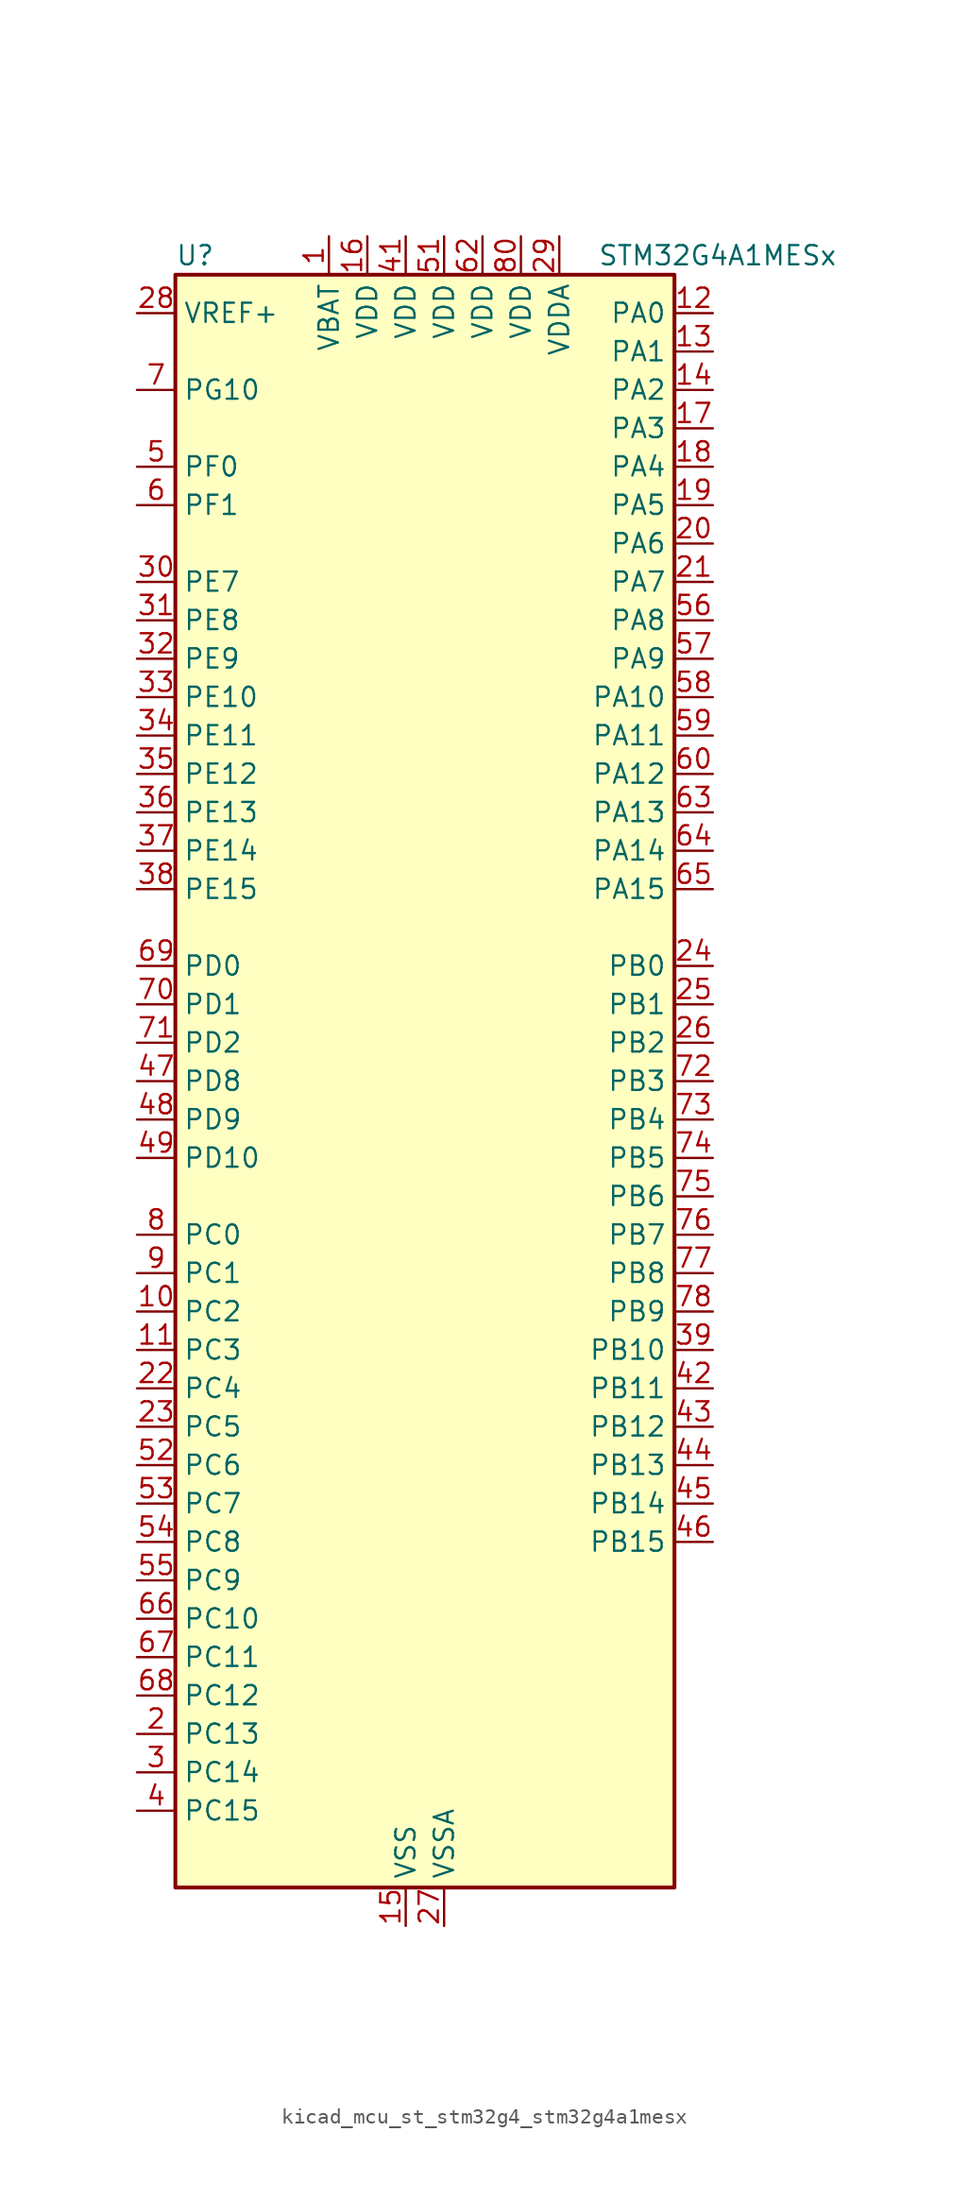
<source format=kicad_sym>
(kicad_symbol_lib
  (version 20220914)
  (generator kicad_symbol_editor)
  (symbol "kicad_mcu_st_stm32g4_stm32g4a1mesx"
    (property "Reference" "U"
      (at -15.24 54.61 0)
      (effects (font (size 1.27 1.27)) (justify left)))
    (property "Value" "STM32G4A1MESx"
      (at 12.7 54.61 0)
      (effects (font (size 1.27 1.27)) (justify left)))
    (property "ki_locked" ""
      (at 0 0 0)
      (effects (font (size 1.27 1.27))))
    (symbol "kicad_mcu_st_stm32g4_stm32g4a1mesx_0_1"
      (rectangle (start -15.24 -53.34) (end 17.78 53.34) (stroke (width 0.254) (type default)) (fill (type background))))
    (symbol "kicad_mcu_st_stm32g4_stm32g4a1mesx_1_1"
      (pin power_in line (at -5.08 55.88 270) (length 2.54) (name "VBAT" (effects (font (size 1.27 1.27)))) (number "1" (effects (font (size 1.27 1.27)))))
      (pin bidirectional line (at -17.78 -15.24 0) (length 2.54) (name "PC2" (effects (font (size 1.27 1.27)))) (number "10" (effects (font (size 1.27 1.27)))) (alternate "ADC1_IN8" bidirectional line) (alternate "ADC2_IN8" bidirectional line) (alternate "ADC3_EXTI2" bidirectional line) (alternate "COMP3_OUT" bidirectional line) (alternate "LPTIM1_IN2" bidirectional line) (alternate "QUADSPI1_BK2_IO1" bidirectional line) (alternate "TIM1_CH3" bidirectional line) (alternate "TIM20_CH2" bidirectional line))
      (pin bidirectional line (at -17.78 -17.78 0) (length 2.54) (name "PC3" (effects (font (size 1.27 1.27)))) (number "11" (effects (font (size 1.27 1.27)))) (alternate "ADC1_IN9" bidirectional line) (alternate "ADC2_IN9" bidirectional line) (alternate "ADC3_EXTI3" bidirectional line) (alternate "LPTIM1_ETR" bidirectional line) (alternate "QUADSPI1_BK2_IO2" bidirectional line) (alternate "SAI1_D1" bidirectional line) (alternate "SAI1_SD_A" bidirectional line) (alternate "TIM1_BKIN2" bidirectional line) (alternate "TIM1_CH4" bidirectional line))
      (pin bidirectional line (at 20.32 50.8 180) (length 2.54) (name "PA0" (effects (font (size 1.27 1.27)))) (number "12" (effects (font (size 1.27 1.27)))) (alternate "ADC1_IN1" bidirectional line) (alternate "ADC2_IN1" bidirectional line) (alternate "COMP1_INM" bidirectional line) (alternate "COMP1_OUT" bidirectional line) (alternate "COMP3_INP" bidirectional line) (alternate "RTC_TAMP2" bidirectional line) (alternate "SYS_WKUP1" bidirectional line) (alternate "TIM2_CH1" bidirectional line) (alternate "TIM2_ETR" bidirectional line) (alternate "TIM8_BKIN" bidirectional line) (alternate "TIM8_ETR" bidirectional line) (alternate "USART2_CTS" bidirectional line) (alternate "USART2_NSS" bidirectional line))
      (pin bidirectional line (at 20.32 48.26 180) (length 2.54) (name "PA1" (effects (font (size 1.27 1.27)))) (number "13" (effects (font (size 1.27 1.27)))) (alternate "ADC1_IN2" bidirectional line) (alternate "ADC2_IN2" bidirectional line) (alternate "COMP1_INP" bidirectional line) (alternate "OPAMP1_VINP" bidirectional line) (alternate "OPAMP1_VINP_SEC" bidirectional line) (alternate "OPAMP3_VINP" bidirectional line) (alternate "OPAMP3_VINP_SEC" bidirectional line) (alternate "OPAMP6_VINM" bidirectional line) (alternate "OPAMP6_VINM0" bidirectional line) (alternate "OPAMP6_VINM_SEC" bidirectional line) (alternate "RTC_REFIN" bidirectional line) (alternate "TIM15_CH1N" bidirectional line) (alternate "TIM2_CH2" bidirectional line) (alternate "USART2_DE" bidirectional line) (alternate "USART2_RTS" bidirectional line))
      (pin bidirectional line (at 20.32 45.72 180) (length 2.54) (name "PA2" (effects (font (size 1.27 1.27)))) (number "14" (effects (font (size 1.27 1.27)))) (alternate "ADC1_IN3" bidirectional line) (alternate "ADC3_EXTI2" bidirectional line) (alternate "COMP2_INM" bidirectional line) (alternate "COMP2_OUT" bidirectional line) (alternate "LPUART1_TX" bidirectional line) (alternate "OPAMP1_VOUT" bidirectional line) (alternate "QUADSPI1_BK1_NCS" bidirectional line) (alternate "RCC_LSCO" bidirectional line) (alternate "SYS_WKUP4" bidirectional line) (alternate "TIM15_CH1" bidirectional line) (alternate "TIM2_CH3" bidirectional line) (alternate "UCPD1_FRSTX1" bidirectional line) (alternate "UCPD1_FRSTX2" bidirectional line) (alternate "USART2_TX" bidirectional line))
      (pin power_in line (at 0 -55.88 90) (length 2.54) (name "VSS" (effects (font (size 1.27 1.27)))) (number "15" (effects (font (size 1.27 1.27)))))
      (pin power_in line (at -2.54 55.88 270) (length 2.54) (name "VDD" (effects (font (size 1.27 1.27)))) (number "16" (effects (font (size 1.27 1.27)))))
      (pin bidirectional line (at 20.32 43.18 180) (length 2.54) (name "PA3" (effects (font (size 1.27 1.27)))) (number "17" (effects (font (size 1.27 1.27)))) (alternate "ADC1_IN4" bidirectional line) (alternate "ADC3_EXTI3" bidirectional line) (alternate "COMP2_INP" bidirectional line) (alternate "LPUART1_RX" bidirectional line) (alternate "OPAMP1_VINM" bidirectional line) (alternate "OPAMP1_VINM0" bidirectional line) (alternate "OPAMP1_VINM_SEC" bidirectional line) (alternate "OPAMP1_VINP" bidirectional line) (alternate "OPAMP1_VINP_SEC" bidirectional line) (alternate "QUADSPI1_CLK" bidirectional line) (alternate "SAI1_CK1" bidirectional line) (alternate "SAI1_MCLK_A" bidirectional line) (alternate "TIM15_CH2" bidirectional line) (alternate "TIM2_CH4" bidirectional line) (alternate "USART2_RX" bidirectional line))
      (pin bidirectional line (at 20.32 40.64 180) (length 2.54) (name "PA4" (effects (font (size 1.27 1.27)))) (number "18" (effects (font (size 1.27 1.27)))) (alternate "ADC2_IN17" bidirectional line) (alternate "COMP1_INM" bidirectional line) (alternate "DAC1_OUT1" bidirectional line) (alternate "I2S3_WS" bidirectional line) (alternate "SAI1_FS_B" bidirectional line) (alternate "SPI1_NSS" bidirectional line) (alternate "SPI3_NSS" bidirectional line) (alternate "TIM3_CH2" bidirectional line) (alternate "USART2_CK" bidirectional line))
      (pin bidirectional line (at 20.32 38.1 180) (length 2.54) (name "PA5" (effects (font (size 1.27 1.27)))) (number "19" (effects (font (size 1.27 1.27)))) (alternate "ADC2_IN13" bidirectional line) (alternate "COMP2_INM" bidirectional line) (alternate "DAC1_OUT2" bidirectional line) (alternate "OPAMP2_VINM" bidirectional line) (alternate "OPAMP2_VINM0" bidirectional line) (alternate "OPAMP2_VINM_SEC" bidirectional line) (alternate "SPI1_SCK" bidirectional line) (alternate "TIM2_CH1" bidirectional line) (alternate "TIM2_ETR" bidirectional line) (alternate "UCPD1_FRSTX1" bidirectional line) (alternate "UCPD1_FRSTX2" bidirectional line))
      (pin bidirectional line (at -17.78 -43.18 0) (length 2.54) (name "PC13" (effects (font (size 1.27 1.27)))) (number "2" (effects (font (size 1.27 1.27)))) (alternate "RTC_OUT1" bidirectional line) (alternate "RTC_TAMP1" bidirectional line) (alternate "RTC_TS" bidirectional line) (alternate "SYS_WKUP2" bidirectional line) (alternate "TIM1_BKIN" bidirectional line) (alternate "TIM1_CH1N" bidirectional line) (alternate "TIM8_CH4N" bidirectional line))
      (pin bidirectional line (at 20.32 35.56 180) (length 2.54) (name "PA6" (effects (font (size 1.27 1.27)))) (number "20" (effects (font (size 1.27 1.27)))) (alternate "ADC2_IN3" bidirectional line) (alternate "COMP1_OUT" bidirectional line) (alternate "LPUART1_CTS" bidirectional line) (alternate "OPAMP2_VOUT" bidirectional line) (alternate "QUADSPI1_BK1_IO3" bidirectional line) (alternate "SPI1_MISO" bidirectional line) (alternate "TIM16_CH1" bidirectional line) (alternate "TIM1_BKIN" bidirectional line) (alternate "TIM3_CH1" bidirectional line) (alternate "TIM8_BKIN" bidirectional line))
      (pin bidirectional line (at 20.32 33.02 180) (length 2.54) (name "PA7" (effects (font (size 1.27 1.27)))) (number "21" (effects (font (size 1.27 1.27)))) (alternate "ADC2_IN4" bidirectional line) (alternate "COMP2_INP" bidirectional line) (alternate "COMP2_OUT" bidirectional line) (alternate "OPAMP1_VINP" bidirectional line) (alternate "OPAMP1_VINP_SEC" bidirectional line) (alternate "OPAMP2_VINP" bidirectional line) (alternate "OPAMP2_VINP_SEC" bidirectional line) (alternate "QUADSPI1_BK1_IO2" bidirectional line) (alternate "SPI1_MOSI" bidirectional line) (alternate "TIM17_CH1" bidirectional line) (alternate "TIM1_CH1N" bidirectional line) (alternate "TIM3_CH2" bidirectional line) (alternate "TIM8_CH1N" bidirectional line) (alternate "UCPD1_FRSTX1" bidirectional line) (alternate "UCPD1_FRSTX2" bidirectional line))
      (pin bidirectional line (at -17.78 -20.32 0) (length 2.54) (name "PC4" (effects (font (size 1.27 1.27)))) (number "22" (effects (font (size 1.27 1.27)))) (alternate "ADC2_IN5" bidirectional line) (alternate "I2C2_SCL" bidirectional line) (alternate "QUADSPI1_BK2_IO3" bidirectional line) (alternate "TIM1_ETR" bidirectional line) (alternate "USART1_TX" bidirectional line))
      (pin bidirectional line (at -17.78 -22.86 0) (length 2.54) (name "PC5" (effects (font (size 1.27 1.27)))) (number "23" (effects (font (size 1.27 1.27)))) (alternate "ADC2_IN11" bidirectional line) (alternate "OPAMP1_VINM" bidirectional line) (alternate "OPAMP1_VINM1" bidirectional line) (alternate "OPAMP1_VINM_SEC" bidirectional line) (alternate "OPAMP2_VINM" bidirectional line) (alternate "OPAMP2_VINM1" bidirectional line) (alternate "OPAMP2_VINM_SEC" bidirectional line) (alternate "SAI1_D3" bidirectional line) (alternate "SYS_WKUP5" bidirectional line) (alternate "TIM15_BKIN" bidirectional line) (alternate "TIM1_CH4N" bidirectional line) (alternate "USART1_RX" bidirectional line))
      (pin bidirectional line (at 20.32 7.62 180) (length 2.54) (name "PB0" (effects (font (size 1.27 1.27)))) (number "24" (effects (font (size 1.27 1.27)))) (alternate "ADC1_IN15" bidirectional line) (alternate "ADC3_IN12" bidirectional line) (alternate "COMP4_INP" bidirectional line) (alternate "OPAMP2_VINP" bidirectional line) (alternate "OPAMP2_VINP_SEC" bidirectional line) (alternate "OPAMP3_VINP" bidirectional line) (alternate "OPAMP3_VINP_SEC" bidirectional line) (alternate "QUADSPI1_BK1_IO1" bidirectional line) (alternate "TIM1_CH2N" bidirectional line) (alternate "TIM3_CH3" bidirectional line) (alternate "TIM8_CH2N" bidirectional line) (alternate "UCPD1_FRSTX1" bidirectional line) (alternate "UCPD1_FRSTX2" bidirectional line))
      (pin bidirectional line (at 20.32 5.08 180) (length 2.54) (name "PB1" (effects (font (size 1.27 1.27)))) (number "25" (effects (font (size 1.27 1.27)))) (alternate "ADC1_IN12" bidirectional line) (alternate "ADC3_IN1" bidirectional line) (alternate "COMP1_INP" bidirectional line) (alternate "COMP4_OUT" bidirectional line) (alternate "LPUART1_DE" bidirectional line) (alternate "LPUART1_RTS" bidirectional line) (alternate "OPAMP3_VOUT" bidirectional line) (alternate "OPAMP6_VINM" bidirectional line) (alternate "OPAMP6_VINM1" bidirectional line) (alternate "OPAMP6_VINM_SEC" bidirectional line) (alternate "QUADSPI1_BK1_IO0" bidirectional line) (alternate "TIM1_CH3N" bidirectional line) (alternate "TIM3_CH4" bidirectional line) (alternate "TIM8_CH3N" bidirectional line))
      (pin bidirectional line (at 20.32 2.54 180) (length 2.54) (name "PB2" (effects (font (size 1.27 1.27)))) (number "26" (effects (font (size 1.27 1.27)))) (alternate "ADC2_IN12" bidirectional line) (alternate "ADC3_EXTI2" bidirectional line) (alternate "COMP4_INM" bidirectional line) (alternate "I2C3_SMBA" bidirectional line) (alternate "LPTIM1_OUT" bidirectional line) (alternate "OPAMP3_VINM" bidirectional line) (alternate "OPAMP3_VINM0" bidirectional line) (alternate "OPAMP3_VINM_SEC" bidirectional line) (alternate "QUADSPI1_BK2_IO1" bidirectional line) (alternate "RTC_OUT2" bidirectional line) (alternate "TIM20_CH1" bidirectional line))
      (pin power_in line (at 2.54 -55.88 90) (length 2.54) (name "VSSA" (effects (font (size 1.27 1.27)))) (number "27" (effects (font (size 1.27 1.27)))))
      (pin input line (at -17.78 50.8 0) (length 2.54) (name "VREF+" (effects (font (size 1.27 1.27)))) (number "28" (effects (font (size 1.27 1.27)))) (alternate "VREFBUF_OUT" bidirectional line))
      (pin power_in line (at 10.16 55.88 270) (length 2.54) (name "VDDA" (effects (font (size 1.27 1.27)))) (number "29" (effects (font (size 1.27 1.27)))))
      (pin bidirectional line (at -17.78 -45.72 0) (length 2.54) (name "PC14" (effects (font (size 1.27 1.27)))) (number "3" (effects (font (size 1.27 1.27)))) (alternate "RCC_OSC32_IN" bidirectional line))
      (pin bidirectional line (at -17.78 33.02 0) (length 2.54) (name "PE7" (effects (font (size 1.27 1.27)))) (number "30" (effects (font (size 1.27 1.27)))) (alternate "ADC3_IN4" bidirectional line) (alternate "COMP4_INP" bidirectional line) (alternate "SAI1_SD_B" bidirectional line) (alternate "TIM1_ETR" bidirectional line))
      (pin bidirectional line (at -17.78 30.48 0) (length 2.54) (name "PE8" (effects (font (size 1.27 1.27)))) (number "31" (effects (font (size 1.27 1.27)))) (alternate "ADC3_IN6" bidirectional line) (alternate "COMP4_INM" bidirectional line) (alternate "SAI1_SCK_B" bidirectional line) (alternate "TIM1_CH1N" bidirectional line))
      (pin bidirectional line (at -17.78 27.94 0) (length 2.54) (name "PE9" (effects (font (size 1.27 1.27)))) (number "32" (effects (font (size 1.27 1.27)))) (alternate "ADC3_IN2" bidirectional line) (alternate "DAC1_EXTI9" bidirectional line) (alternate "DAC3_EXTI9" bidirectional line) (alternate "SAI1_FS_B" bidirectional line) (alternate "TIM1_CH1" bidirectional line))
      (pin bidirectional line (at -17.78 25.4 0) (length 2.54) (name "PE10" (effects (font (size 1.27 1.27)))) (number "33" (effects (font (size 1.27 1.27)))) (alternate "ADC3_IN14" bidirectional line) (alternate "DAC1_EXTI10" bidirectional line) (alternate "DAC3_EXTI10" bidirectional line) (alternate "QUADSPI1_CLK" bidirectional line) (alternate "SAI1_MCLK_B" bidirectional line) (alternate "TIM1_CH2N" bidirectional line))
      (pin bidirectional line (at -17.78 22.86 0) (length 2.54) (name "PE11" (effects (font (size 1.27 1.27)))) (number "34" (effects (font (size 1.27 1.27)))) (alternate "ADC1_EXTI11" bidirectional line) (alternate "ADC2_EXTI11" bidirectional line) (alternate "ADC3_IN15" bidirectional line) (alternate "QUADSPI1_BK1_NCS" bidirectional line) (alternate "TIM1_CH2" bidirectional line))
      (pin bidirectional line (at -17.78 20.32 0) (length 2.54) (name "PE12" (effects (font (size 1.27 1.27)))) (number "35" (effects (font (size 1.27 1.27)))) (alternate "ADC3_IN16" bidirectional line) (alternate "QUADSPI1_BK1_IO0" bidirectional line) (alternate "TIM1_CH3N" bidirectional line))
      (pin bidirectional line (at -17.78 17.78 0) (length 2.54) (name "PE13" (effects (font (size 1.27 1.27)))) (number "36" (effects (font (size 1.27 1.27)))) (alternate "ADC3_IN3" bidirectional line) (alternate "QUADSPI1_BK1_IO1" bidirectional line) (alternate "TIM1_CH3" bidirectional line))
      (pin bidirectional line (at -17.78 15.24 0) (length 2.54) (name "PE14" (effects (font (size 1.27 1.27)))) (number "37" (effects (font (size 1.27 1.27)))) (alternate "QUADSPI1_BK1_IO2" bidirectional line) (alternate "TIM1_BKIN2" bidirectional line) (alternate "TIM1_CH4" bidirectional line))
      (pin bidirectional line (at -17.78 12.7 0) (length 2.54) (name "PE15" (effects (font (size 1.27 1.27)))) (number "38" (effects (font (size 1.27 1.27)))) (alternate "ADC1_EXTI15" bidirectional line) (alternate "ADC2_EXTI15" bidirectional line) (alternate "QUADSPI1_BK1_IO3" bidirectional line) (alternate "TIM1_BKIN" bidirectional line) (alternate "TIM1_CH4N" bidirectional line) (alternate "USART3_RX" bidirectional line))
      (pin bidirectional line (at 20.32 -17.78 180) (length 2.54) (name "PB10" (effects (font (size 1.27 1.27)))) (number "39" (effects (font (size 1.27 1.27)))) (alternate "DAC1_EXTI10" bidirectional line) (alternate "DAC3_EXTI10" bidirectional line) (alternate "LPUART1_RX" bidirectional line) (alternate "OPAMP3_VINM" bidirectional line) (alternate "OPAMP3_VINM1" bidirectional line) (alternate "OPAMP3_VINM_SEC" bidirectional line) (alternate "QUADSPI1_CLK" bidirectional line) (alternate "SAI1_SCK_A" bidirectional line) (alternate "TIM1_BKIN" bidirectional line) (alternate "TIM2_CH3" bidirectional line) (alternate "USART3_TX" bidirectional line))
      (pin bidirectional line (at -17.78 -48.26 0) (length 2.54) (name "PC15" (effects (font (size 1.27 1.27)))) (number "4" (effects (font (size 1.27 1.27)))) (alternate "ADC1_EXTI15" bidirectional line) (alternate "ADC2_EXTI15" bidirectional line) (alternate "RCC_OSC32_OUT" bidirectional line))
      (pin passive line (at 0 -55.88 90) (length 2.54) hide (name "VSS" (effects (font (size 1.27 1.27)))) (number "40" (effects (font (size 1.27 1.27)))))
      (pin power_in line (at 0 55.88 270) (length 2.54) (name "VDD" (effects (font (size 1.27 1.27)))) (number "41" (effects (font (size 1.27 1.27)))))
      (pin bidirectional line (at 20.32 -20.32 180) (length 2.54) (name "PB11" (effects (font (size 1.27 1.27)))) (number "42" (effects (font (size 1.27 1.27)))) (alternate "ADC1_EXTI11" bidirectional line) (alternate "ADC1_IN14" bidirectional line) (alternate "ADC2_EXTI11" bidirectional line) (alternate "ADC2_IN14" bidirectional line) (alternate "LPUART1_TX" bidirectional line) (alternate "OPAMP6_VOUT" bidirectional line) (alternate "QUADSPI1_BK1_NCS" bidirectional line) (alternate "TIM2_CH4" bidirectional line) (alternate "USART3_RX" bidirectional line))
      (pin bidirectional line (at 20.32 -22.86 180) (length 2.54) (name "PB12" (effects (font (size 1.27 1.27)))) (number "43" (effects (font (size 1.27 1.27)))) (alternate "ADC1_IN11" bidirectional line) (alternate "FDCAN2_RX" bidirectional line) (alternate "I2C2_SMBA" bidirectional line) (alternate "I2S2_WS" bidirectional line) (alternate "LPUART1_DE" bidirectional line) (alternate "LPUART1_RTS" bidirectional line) (alternate "OPAMP6_VINP" bidirectional line) (alternate "OPAMP6_VINP_SEC" bidirectional line) (alternate "SPI2_NSS" bidirectional line) (alternate "TIM1_BKIN" bidirectional line) (alternate "USART3_CK" bidirectional line))
      (pin bidirectional line (at 20.32 -25.4 180) (length 2.54) (name "PB13" (effects (font (size 1.27 1.27)))) (number "44" (effects (font (size 1.27 1.27)))) (alternate "ADC3_IN5" bidirectional line) (alternate "FDCAN2_TX" bidirectional line) (alternate "I2S2_CK" bidirectional line) (alternate "LPUART1_CTS" bidirectional line) (alternate "OPAMP3_VINP" bidirectional line) (alternate "OPAMP3_VINP_SEC" bidirectional line) (alternate "OPAMP6_VINP" bidirectional line) (alternate "OPAMP6_VINP_SEC" bidirectional line) (alternate "SPI2_SCK" bidirectional line) (alternate "TIM1_CH1N" bidirectional line) (alternate "USART3_CTS" bidirectional line) (alternate "USART3_NSS" bidirectional line))
      (pin bidirectional line (at 20.32 -27.94 180) (length 2.54) (name "PB14" (effects (font (size 1.27 1.27)))) (number "45" (effects (font (size 1.27 1.27)))) (alternate "ADC1_IN5" bidirectional line) (alternate "COMP4_OUT" bidirectional line) (alternate "OPAMP2_VINP" bidirectional line) (alternate "OPAMP2_VINP_SEC" bidirectional line) (alternate "SPI2_MISO" bidirectional line) (alternate "TIM15_CH1" bidirectional line) (alternate "TIM1_CH2N" bidirectional line) (alternate "USART3_DE" bidirectional line) (alternate "USART3_RTS" bidirectional line))
      (pin bidirectional line (at 20.32 -30.48 180) (length 2.54) (name "PB15" (effects (font (size 1.27 1.27)))) (number "46" (effects (font (size 1.27 1.27)))) (alternate "ADC1_EXTI15" bidirectional line) (alternate "ADC2_EXTI15" bidirectional line) (alternate "ADC2_IN15" bidirectional line) (alternate "COMP3_OUT" bidirectional line) (alternate "I2S2_SD" bidirectional line) (alternate "RTC_REFIN" bidirectional line) (alternate "SPI2_MOSI" bidirectional line) (alternate "TIM15_CH1N" bidirectional line) (alternate "TIM15_CH2" bidirectional line) (alternate "TIM1_CH3N" bidirectional line))
      (pin bidirectional line (at -17.78 0 0) (length 2.54) (name "PD8" (effects (font (size 1.27 1.27)))) (number "47" (effects (font (size 1.27 1.27)))) (alternate "USART3_TX" bidirectional line))
      (pin bidirectional line (at -17.78 -2.54 0) (length 2.54) (name "PD9" (effects (font (size 1.27 1.27)))) (number "48" (effects (font (size 1.27 1.27)))) (alternate "DAC1_EXTI9" bidirectional line) (alternate "DAC3_EXTI9" bidirectional line) (alternate "OPAMP6_VINP" bidirectional line) (alternate "OPAMP6_VINP_SEC" bidirectional line) (alternate "USART3_RX" bidirectional line))
      (pin bidirectional line (at -17.78 -5.08 0) (length 2.54) (name "PD10" (effects (font (size 1.27 1.27)))) (number "49" (effects (font (size 1.27 1.27)))) (alternate "ADC3_IN7" bidirectional line) (alternate "DAC1_EXTI10" bidirectional line) (alternate "DAC3_EXTI10" bidirectional line) (alternate "USART3_CK" bidirectional line))
      (pin bidirectional line (at -17.78 40.64 0) (length 2.54) (name "PF0" (effects (font (size 1.27 1.27)))) (number "5" (effects (font (size 1.27 1.27)))) (alternate "ADC1_IN10" bidirectional line) (alternate "I2C2_SDA" bidirectional line) (alternate "I2S2_WS" bidirectional line) (alternate "RCC_OSC_IN" bidirectional line) (alternate "SPI2_NSS" bidirectional line) (alternate "TIM1_CH3N" bidirectional line))
      (pin passive line (at 0 -55.88 90) (length 2.54) hide (name "VSS" (effects (font (size 1.27 1.27)))) (number "50" (effects (font (size 1.27 1.27)))))
      (pin power_in line (at 2.54 55.88 270) (length 2.54) (name "VDD" (effects (font (size 1.27 1.27)))) (number "51" (effects (font (size 1.27 1.27)))))
      (pin bidirectional line (at -17.78 -25.4 0) (length 2.54) (name "PC6" (effects (font (size 1.27 1.27)))) (number "52" (effects (font (size 1.27 1.27)))) (alternate "I2S2_MCK" bidirectional line) (alternate "TIM3_CH1" bidirectional line) (alternate "TIM8_CH1" bidirectional line))
      (pin bidirectional line (at -17.78 -27.94 0) (length 2.54) (name "PC7" (effects (font (size 1.27 1.27)))) (number "53" (effects (font (size 1.27 1.27)))) (alternate "I2S3_MCK" bidirectional line) (alternate "TIM3_CH2" bidirectional line) (alternate "TIM8_CH2" bidirectional line))
      (pin bidirectional line (at -17.78 -30.48 0) (length 2.54) (name "PC8" (effects (font (size 1.27 1.27)))) (number "54" (effects (font (size 1.27 1.27)))) (alternate "I2C3_SCL" bidirectional line) (alternate "TIM20_CH3" bidirectional line) (alternate "TIM3_CH3" bidirectional line) (alternate "TIM8_CH3" bidirectional line))
      (pin bidirectional line (at -17.78 -33.02 0) (length 2.54) (name "PC9" (effects (font (size 1.27 1.27)))) (number "55" (effects (font (size 1.27 1.27)))) (alternate "DAC1_EXTI9" bidirectional line) (alternate "DAC3_EXTI9" bidirectional line) (alternate "I2C3_SDA" bidirectional line) (alternate "I2S_CKIN" bidirectional line) (alternate "TIM3_CH4" bidirectional line) (alternate "TIM8_BKIN2" bidirectional line) (alternate "TIM8_CH4" bidirectional line))
      (pin bidirectional line (at 20.32 30.48 180) (length 2.54) (name "PA8" (effects (font (size 1.27 1.27)))) (number "56" (effects (font (size 1.27 1.27)))) (alternate "I2C2_SDA" bidirectional line) (alternate "I2C3_SCL" bidirectional line) (alternate "I2S2_MCK" bidirectional line) (alternate "RCC_MCO" bidirectional line) (alternate "SAI1_CK2" bidirectional line) (alternate "SAI1_SCK_A" bidirectional line) (alternate "TIM1_CH1" bidirectional line) (alternate "TIM4_ETR" bidirectional line) (alternate "USART1_CK" bidirectional line))
      (pin bidirectional line (at 20.32 27.94 180) (length 2.54) (name "PA9" (effects (font (size 1.27 1.27)))) (number "57" (effects (font (size 1.27 1.27)))) (alternate "DAC1_EXTI9" bidirectional line) (alternate "DAC3_EXTI9" bidirectional line) (alternate "I2C2_SCL" bidirectional line) (alternate "I2C3_SMBA" bidirectional line) (alternate "I2S3_MCK" bidirectional line) (alternate "SAI1_FS_A" bidirectional line) (alternate "TIM15_BKIN" bidirectional line) (alternate "TIM1_CH2" bidirectional line) (alternate "TIM2_CH3" bidirectional line) (alternate "UCPD1_DBCC1" bidirectional line) (alternate "USART1_TX" bidirectional line))
      (pin bidirectional line (at 20.32 25.4 180) (length 2.54) (name "PA10" (effects (font (size 1.27 1.27)))) (number "58" (effects (font (size 1.27 1.27)))) (alternate "CRS_SYNC" bidirectional line) (alternate "DAC1_EXTI10" bidirectional line) (alternate "DAC3_EXTI10" bidirectional line) (alternate "I2C2_SMBA" bidirectional line) (alternate "SAI1_D1" bidirectional line) (alternate "SAI1_SD_A" bidirectional line) (alternate "SPI2_MISO" bidirectional line) (alternate "TIM17_BKIN" bidirectional line) (alternate "TIM1_CH3" bidirectional line) (alternate "TIM2_CH4" bidirectional line) (alternate "TIM8_BKIN" bidirectional line) (alternate "UCPD1_DBCC2" bidirectional line) (alternate "USART1_RX" bidirectional line))
      (pin bidirectional line (at 20.32 22.86 180) (length 2.54) (name "PA11" (effects (font (size 1.27 1.27)))) (number "59" (effects (font (size 1.27 1.27)))) (alternate "ADC1_EXTI11" bidirectional line) (alternate "ADC2_EXTI11" bidirectional line) (alternate "COMP1_OUT" bidirectional line) (alternate "FDCAN1_RX" bidirectional line) (alternate "I2S2_SD" bidirectional line) (alternate "SPI2_MOSI" bidirectional line) (alternate "TIM1_BKIN2" bidirectional line) (alternate "TIM1_CH1N" bidirectional line) (alternate "TIM1_CH4" bidirectional line) (alternate "TIM4_CH1" bidirectional line) (alternate "USART1_CTS" bidirectional line) (alternate "USART1_NSS" bidirectional line) (alternate "USB_DM" bidirectional line))
      (pin bidirectional line (at -17.78 38.1 0) (length 2.54) (name "PF1" (effects (font (size 1.27 1.27)))) (number "6" (effects (font (size 1.27 1.27)))) (alternate "ADC2_IN10" bidirectional line) (alternate "COMP3_INM" bidirectional line) (alternate "I2S2_CK" bidirectional line) (alternate "RCC_OSC_OUT" bidirectional line) (alternate "SPI2_SCK" bidirectional line))
      (pin bidirectional line (at 20.32 20.32 180) (length 2.54) (name "PA12" (effects (font (size 1.27 1.27)))) (number "60" (effects (font (size 1.27 1.27)))) (alternate "COMP2_OUT" bidirectional line) (alternate "FDCAN1_TX" bidirectional line) (alternate "I2S_CKIN" bidirectional line) (alternate "TIM16_CH1" bidirectional line) (alternate "TIM1_CH2N" bidirectional line) (alternate "TIM1_ETR" bidirectional line) (alternate "TIM4_CH2" bidirectional line) (alternate "USART1_DE" bidirectional line) (alternate "USART1_RTS" bidirectional line) (alternate "USB_DP" bidirectional line))
      (pin passive line (at 0 -55.88 90) (length 2.54) hide (name "VSS" (effects (font (size 1.27 1.27)))) (number "61" (effects (font (size 1.27 1.27)))))
      (pin power_in line (at 5.08 55.88 270) (length 2.54) (name "VDD" (effects (font (size 1.27 1.27)))) (number "62" (effects (font (size 1.27 1.27)))))
      (pin bidirectional line (at 20.32 17.78 180) (length 2.54) (name "PA13" (effects (font (size 1.27 1.27)))) (number "63" (effects (font (size 1.27 1.27)))) (alternate "I2C1_SCL" bidirectional line) (alternate "IR_OUT" bidirectional line) (alternate "SAI1_SD_B" bidirectional line) (alternate "SYS_JTMS-SWDIO" bidirectional line) (alternate "TIM16_CH1N" bidirectional line) (alternate "TIM4_CH3" bidirectional line) (alternate "USART3_CTS" bidirectional line) (alternate "USART3_NSS" bidirectional line))
      (pin bidirectional line (at 20.32 15.24 180) (length 2.54) (name "PA14" (effects (font (size 1.27 1.27)))) (number "64" (effects (font (size 1.27 1.27)))) (alternate "I2C1_SDA" bidirectional line) (alternate "LPTIM1_OUT" bidirectional line) (alternate "SAI1_FS_B" bidirectional line) (alternate "SYS_JTCK-SWCLK" bidirectional line) (alternate "TIM1_BKIN" bidirectional line) (alternate "TIM8_CH2" bidirectional line) (alternate "USART2_TX" bidirectional line))
      (pin bidirectional line (at 20.32 12.7 180) (length 2.54) (name "PA15" (effects (font (size 1.27 1.27)))) (number "65" (effects (font (size 1.27 1.27)))) (alternate "ADC1_EXTI15" bidirectional line) (alternate "ADC2_EXTI15" bidirectional line) (alternate "I2C1_SCL" bidirectional line) (alternate "I2S3_WS" bidirectional line) (alternate "SPI1_NSS" bidirectional line) (alternate "SPI3_NSS" bidirectional line) (alternate "SYS_JTDI" bidirectional line) (alternate "TIM1_BKIN" bidirectional line) (alternate "TIM20_ETR" bidirectional line) (alternate "TIM2_CH1" bidirectional line) (alternate "TIM2_ETR" bidirectional line) (alternate "TIM8_CH1" bidirectional line) (alternate "UART4_DE" bidirectional line) (alternate "UART4_RTS" bidirectional line) (alternate "USART2_RX" bidirectional line))
      (pin bidirectional line (at -17.78 -35.56 0) (length 2.54) (name "PC10" (effects (font (size 1.27 1.27)))) (number "66" (effects (font (size 1.27 1.27)))) (alternate "DAC1_EXTI10" bidirectional line) (alternate "DAC3_EXTI10" bidirectional line) (alternate "I2S3_CK" bidirectional line) (alternate "SPI3_SCK" bidirectional line) (alternate "TIM8_CH1N" bidirectional line) (alternate "UART4_TX" bidirectional line) (alternate "USART3_TX" bidirectional line))
      (pin bidirectional line (at -17.78 -38.1 0) (length 2.54) (name "PC11" (effects (font (size 1.27 1.27)))) (number "67" (effects (font (size 1.27 1.27)))) (alternate "ADC1_EXTI11" bidirectional line) (alternate "ADC2_EXTI11" bidirectional line) (alternate "I2C3_SDA" bidirectional line) (alternate "SPI3_MISO" bidirectional line) (alternate "TIM8_CH2N" bidirectional line) (alternate "UART4_RX" bidirectional line) (alternate "USART3_RX" bidirectional line))
      (pin bidirectional line (at -17.78 -40.64 0) (length 2.54) (name "PC12" (effects (font (size 1.27 1.27)))) (number "68" (effects (font (size 1.27 1.27)))) (alternate "I2S3_SD" bidirectional line) (alternate "SPI3_MOSI" bidirectional line) (alternate "TIM8_CH3N" bidirectional line) (alternate "UART5_TX" bidirectional line) (alternate "UCPD1_FRSTX1" bidirectional line) (alternate "UCPD1_FRSTX2" bidirectional line) (alternate "USART3_CK" bidirectional line))
      (pin bidirectional line (at -17.78 7.62 0) (length 2.54) (name "PD0" (effects (font (size 1.27 1.27)))) (number "69" (effects (font (size 1.27 1.27)))) (alternate "FDCAN1_RX" bidirectional line) (alternate "TIM8_CH4N" bidirectional line))
      (pin bidirectional line (at -17.78 45.72 0) (length 2.54) (name "PG10" (effects (font (size 1.27 1.27)))) (number "7" (effects (font (size 1.27 1.27)))) (alternate "DAC1_EXTI10" bidirectional line) (alternate "DAC3_EXTI10" bidirectional line) (alternate "RCC_MCO" bidirectional line))
      (pin bidirectional line (at -17.78 5.08 0) (length 2.54) (name "PD1" (effects (font (size 1.27 1.27)))) (number "70" (effects (font (size 1.27 1.27)))) (alternate "FDCAN1_TX" bidirectional line) (alternate "TIM8_BKIN2" bidirectional line) (alternate "TIM8_CH4" bidirectional line))
      (pin bidirectional line (at -17.78 2.54 0) (length 2.54) (name "PD2" (effects (font (size 1.27 1.27)))) (number "71" (effects (font (size 1.27 1.27)))) (alternate "ADC3_EXTI2" bidirectional line) (alternate "TIM3_ETR" bidirectional line) (alternate "TIM8_BKIN" bidirectional line) (alternate "UART5_RX" bidirectional line))
      (pin bidirectional line (at 20.32 0 180) (length 2.54) (name "PB3" (effects (font (size 1.27 1.27)))) (number "72" (effects (font (size 1.27 1.27)))) (alternate "ADC3_EXTI3" bidirectional line) (alternate "CRS_SYNC" bidirectional line) (alternate "I2S3_CK" bidirectional line) (alternate "SAI1_SCK_B" bidirectional line) (alternate "SPI1_SCK" bidirectional line) (alternate "SPI3_SCK" bidirectional line) (alternate "SYS_JTDO-SWO" bidirectional line) (alternate "TIM2_CH2" bidirectional line) (alternate "TIM3_ETR" bidirectional line) (alternate "TIM4_ETR" bidirectional line) (alternate "TIM8_CH1N" bidirectional line) (alternate "USART2_TX" bidirectional line))
      (pin bidirectional line (at 20.32 -2.54 180) (length 2.54) (name "PB4" (effects (font (size 1.27 1.27)))) (number "73" (effects (font (size 1.27 1.27)))) (alternate "SAI1_MCLK_B" bidirectional line) (alternate "SPI1_MISO" bidirectional line) (alternate "SPI3_MISO" bidirectional line) (alternate "SYS_JTRST" bidirectional line) (alternate "TIM16_CH1" bidirectional line) (alternate "TIM17_BKIN" bidirectional line) (alternate "TIM3_CH1" bidirectional line) (alternate "TIM8_CH2N" bidirectional line) (alternate "UART5_DE" bidirectional line) (alternate "UART5_RTS" bidirectional line) (alternate "UCPD1_CC2" bidirectional line) (alternate "USART2_RX" bidirectional line))
      (pin bidirectional line (at 20.32 -5.08 180) (length 2.54) (name "PB5" (effects (font (size 1.27 1.27)))) (number "74" (effects (font (size 1.27 1.27)))) (alternate "FDCAN2_RX" bidirectional line) (alternate "I2C1_SMBA" bidirectional line) (alternate "I2C3_SDA" bidirectional line) (alternate "I2S3_SD" bidirectional line) (alternate "LPTIM1_IN1" bidirectional line) (alternate "SAI1_SD_B" bidirectional line) (alternate "SPI1_MOSI" bidirectional line) (alternate "SPI3_MOSI" bidirectional line) (alternate "TIM16_BKIN" bidirectional line) (alternate "TIM17_CH1" bidirectional line) (alternate "TIM3_CH2" bidirectional line) (alternate "TIM8_CH3N" bidirectional line) (alternate "UART5_CTS" bidirectional line) (alternate "USART2_CK" bidirectional line))
      (pin bidirectional line (at 20.32 -7.62 180) (length 2.54) (name "PB6" (effects (font (size 1.27 1.27)))) (number "75" (effects (font (size 1.27 1.27)))) (alternate "COMP4_OUT" bidirectional line) (alternate "FDCAN2_TX" bidirectional line) (alternate "LPTIM1_ETR" bidirectional line) (alternate "SAI1_FS_B" bidirectional line) (alternate "TIM16_CH1N" bidirectional line) (alternate "TIM4_CH1" bidirectional line) (alternate "TIM8_BKIN2" bidirectional line) (alternate "TIM8_CH1" bidirectional line) (alternate "TIM8_ETR" bidirectional line) (alternate "UCPD1_CC1" bidirectional line) (alternate "USART1_TX" bidirectional line))
      (pin bidirectional line (at 20.32 -10.16 180) (length 2.54) (name "PB7" (effects (font (size 1.27 1.27)))) (number "76" (effects (font (size 1.27 1.27)))) (alternate "COMP3_OUT" bidirectional line) (alternate "I2C1_SDA" bidirectional line) (alternate "LPTIM1_IN2" bidirectional line) (alternate "SYS_PVD_IN" bidirectional line) (alternate "TIM17_CH1N" bidirectional line) (alternate "TIM3_CH4" bidirectional line) (alternate "TIM4_CH2" bidirectional line) (alternate "TIM8_BKIN" bidirectional line) (alternate "UART4_CTS" bidirectional line) (alternate "USART1_RX" bidirectional line))
      (pin bidirectional line (at 20.32 -12.7 180) (length 2.54) (name "PB8" (effects (font (size 1.27 1.27)))) (number "77" (effects (font (size 1.27 1.27)))) (alternate "COMP1_OUT" bidirectional line) (alternate "FDCAN1_RX" bidirectional line) (alternate "I2C1_SCL" bidirectional line) (alternate "SAI1_CK1" bidirectional line) (alternate "SAI1_MCLK_A" bidirectional line) (alternate "TIM16_CH1" bidirectional line) (alternate "TIM1_BKIN" bidirectional line) (alternate "TIM4_CH3" bidirectional line) (alternate "TIM8_CH2" bidirectional line) (alternate "USART3_RX" bidirectional line))
      (pin bidirectional line (at 20.32 -15.24 180) (length 2.54) (name "PB9" (effects (font (size 1.27 1.27)))) (number "78" (effects (font (size 1.27 1.27)))) (alternate "COMP2_OUT" bidirectional line) (alternate "DAC1_EXTI9" bidirectional line) (alternate "DAC3_EXTI9" bidirectional line) (alternate "FDCAN1_TX" bidirectional line) (alternate "I2C1_SDA" bidirectional line) (alternate "IR_OUT" bidirectional line) (alternate "SAI1_D2" bidirectional line) (alternate "SAI1_FS_A" bidirectional line) (alternate "TIM17_CH1" bidirectional line) (alternate "TIM1_CH3N" bidirectional line) (alternate "TIM4_CH4" bidirectional line) (alternate "TIM8_CH3" bidirectional line) (alternate "USART3_TX" bidirectional line))
      (pin passive line (at 0 -55.88 90) (length 2.54) hide (name "VSS" (effects (font (size 1.27 1.27)))) (number "79" (effects (font (size 1.27 1.27)))))
      (pin bidirectional line (at -17.78 -10.16 0) (length 2.54) (name "PC0" (effects (font (size 1.27 1.27)))) (number "8" (effects (font (size 1.27 1.27)))) (alternate "ADC1_IN6" bidirectional line) (alternate "ADC2_IN6" bidirectional line) (alternate "COMP3_INM" bidirectional line) (alternate "LPTIM1_IN1" bidirectional line) (alternate "LPUART1_RX" bidirectional line) (alternate "TIM1_CH1" bidirectional line))
      (pin power_in line (at 7.62 55.88 270) (length 2.54) (name "VDD" (effects (font (size 1.27 1.27)))) (number "80" (effects (font (size 1.27 1.27)))))
      (pin bidirectional line (at -17.78 -12.7 0) (length 2.54) (name "PC1" (effects (font (size 1.27 1.27)))) (number "9" (effects (font (size 1.27 1.27)))) (alternate "ADC1_IN7" bidirectional line) (alternate "ADC2_IN7" bidirectional line) (alternate "COMP3_INP" bidirectional line) (alternate "LPTIM1_OUT" bidirectional line) (alternate "LPUART1_TX" bidirectional line) (alternate "QUADSPI1_BK2_IO0" bidirectional line) (alternate "SAI1_SD_A" bidirectional line) (alternate "TIM1_CH2" bidirectional line)))))
</source>
